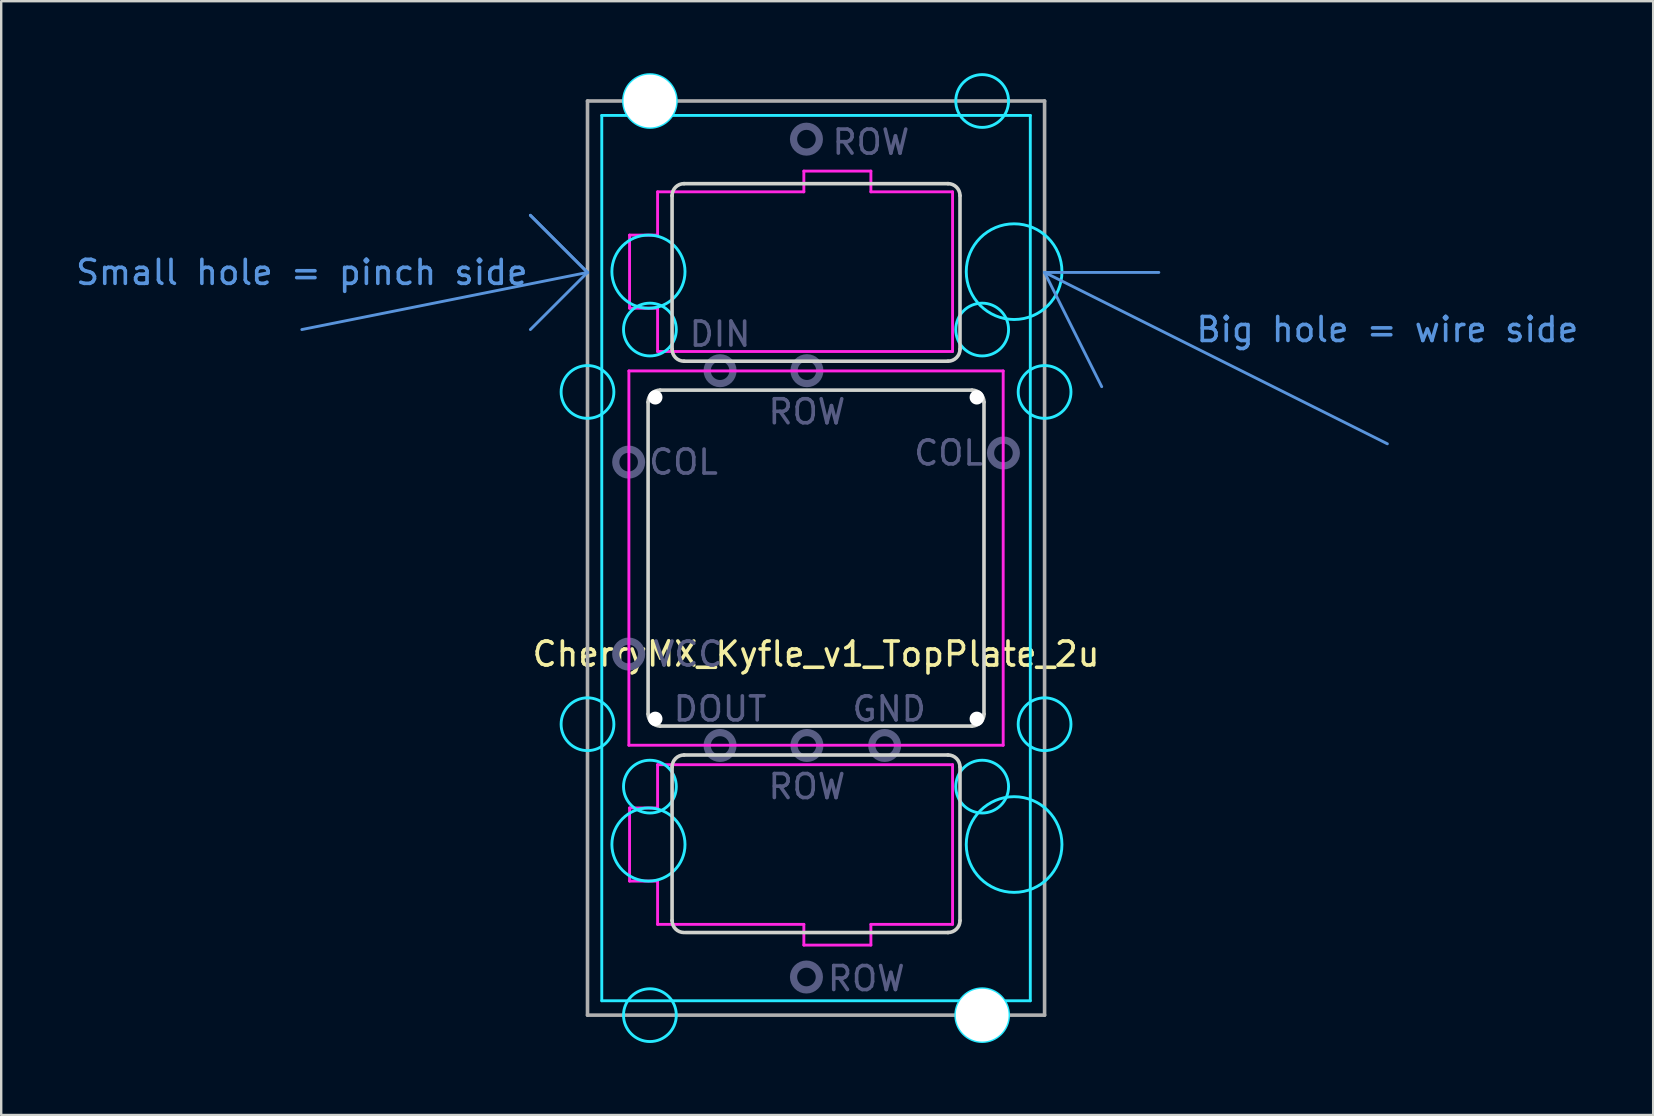
<source format=kicad_pcb>
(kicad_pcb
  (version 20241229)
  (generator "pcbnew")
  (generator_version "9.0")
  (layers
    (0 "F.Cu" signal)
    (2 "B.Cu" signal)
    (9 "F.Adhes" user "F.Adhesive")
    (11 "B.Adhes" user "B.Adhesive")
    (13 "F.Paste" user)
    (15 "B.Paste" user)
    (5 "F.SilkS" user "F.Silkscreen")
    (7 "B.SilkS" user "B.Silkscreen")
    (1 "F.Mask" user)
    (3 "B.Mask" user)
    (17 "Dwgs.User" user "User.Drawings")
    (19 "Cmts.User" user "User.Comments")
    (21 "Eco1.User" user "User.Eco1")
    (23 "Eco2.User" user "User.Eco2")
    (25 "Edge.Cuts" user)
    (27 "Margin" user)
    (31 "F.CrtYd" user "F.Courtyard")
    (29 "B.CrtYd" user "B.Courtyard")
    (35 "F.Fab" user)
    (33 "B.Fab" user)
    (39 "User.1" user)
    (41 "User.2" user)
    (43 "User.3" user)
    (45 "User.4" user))
  (footprint "CherryMX_Kyfle_v1_TopPlate_2u"
    (layer "F.Cu")
    (at 30.961 20.21)
    (property "Reference" "CherryMX_Kyfle_v1_TopPlate_2u" (at 0 4 0) (layer "F.SilkS") (effects (font (size 1 1) (thickness 0.15))))
    (attr through_hole)
    (fp_line (start -21.431 -9.525) (end -9.525 -11.906) (stroke (width 0.12) (type solid)) (layer "Cmts.User"))
    (fp_line (start -11.906 -14.287) (end -9.525 -11.906) (stroke (width 0.12) (type solid)) (layer "Cmts.User"))
    (fp_line (start -9.525 -11.906) (end -11.906 -14.287) (stroke (width 0.12) (type solid)) (layer "Cmts.User"))
    (fp_line (start -9.525 -11.906) (end -11.906 -9.525) (stroke (width 0.12) (type solid)) (layer "Cmts.User"))
    (fp_line (start 9.525 -11.906) (end 11.906 -7.144) (stroke (width 0.12) (type solid)) (layer "Cmts.User"))
    (fp_line (start 9.525 -11.906) (end 14.287 -11.906) (stroke (width 0.12) (type solid)) (layer "Cmts.User"))
    (fp_line (start 9.525 -11.906) (end 23.812 -4.763) (stroke (width 0.12) (type solid)) (layer "Cmts.User"))
    (fp_line (start -8.75 -10.44) (end -8.75 -13.44) (stroke (width 0.12) (type solid)) (layer "Eco1.User"))
    (fp_line (start -8.75 10.44) (end -8.75 13.44) (stroke (width 0.12) (type solid)) (layer "Eco1.User"))
    (fp_line (start -7.5 -13.94) (end -8.25 -13.94) (stroke (width 0.12) (type solid)) (layer "Eco1.User"))
    (fp_line (start -7.5 -9.94) (end -8.25 -9.94) (stroke (width 0.12) (type solid)) (layer "Eco1.User"))
    (fp_line (start -7.5 9.94) (end -8.25 9.94) (stroke (width 0.12) (type solid)) (layer "Eco1.User"))
    (fp_line (start -7.5 13.94) (end -8.25 13.94) (stroke (width 0.12) (type solid)) (layer "Eco1.User"))
    (fp_line (start -7 -16.025) (end -7 -14.44) (stroke (width 0.12) (type solid)) (layer "Eco1.User"))
    (fp_line (start -7 -9.44) (end -7 9.44) (stroke (width 0.12) (type solid)) (layer "Eco1.User"))
    (fp_line (start -7 16.025) (end -7 14.44) (stroke (width 0.12) (type solid)) (layer "Eco1.User"))
    (fp_line (start -6.5 16.525) (end 10.25 16.525) (stroke (width 0.12) (type solid)) (layer "Eco1.User"))
    (fp_line (start 7 6.855) (end 7 -6.855) (stroke (width 0.12) (type solid)) (layer "Eco1.User"))
    (fp_line (start 10.25 -16.525) (end -6.5 -16.525) (stroke (width 0.12) (type solid)) (layer "Eco1.User"))
    (fp_line (start 10.25 -7.355) (end 7.5 -7.355) (stroke (width 0.12) (type solid)) (layer "Eco1.User"))
    (fp_line (start 10.25 7.355) (end 7.5 7.355) (stroke (width 0.12) (type solid)) (layer "Eco1.User"))
    (fp_line (start 10.75 -16.025) (end 10.75 -7.855) (stroke (width 0.12) (type solid)) (layer "Eco1.User"))
    (fp_line (start 10.75 16.025) (end 10.75 7.855) (stroke (width 0.12) (type solid)) (layer "Eco1.User"))
    (fp_arc (start -8.75 -13.44) (mid -8.603553 -13.793553) (end -8.25 -13.94) (stroke (width 0.12) (type solid)) (layer "Eco1.User"))
    (fp_arc (start -8.75 10.44) (mid -8.603553 10.086447) (end -8.25 9.94) (stroke (width 0.12) (type solid)) (layer "Eco1.User"))
    (fp_arc (start -8.25 -9.94) (mid -8.603553 -10.086447) (end -8.75 -10.44) (stroke (width 0.12) (type solid)) (layer "Eco1.User"))
    (fp_arc (start -8.25 13.94) (mid -8.603553 13.793553) (end -8.75 13.44) (stroke (width 0.12) (type solid)) (layer "Eco1.User"))
    (fp_arc (start -7.5 -9.94) (mid -7.146447 -9.793553) (end -7 -9.44) (stroke (width 0.12) (type solid)) (layer "Eco1.User"))
    (fp_arc (start -7.5 13.94) (mid -7.146447 14.086447) (end -7 14.44) (stroke (width 0.12) (type solid)) (layer "Eco1.User"))
    (fp_arc (start -7 -16.025) (mid -6.853553 -16.378553) (end -6.5 -16.525) (stroke (width 0.12) (type solid)) (layer "Eco1.User"))
    (fp_arc (start -7 -14.44) (mid -7.146447 -14.086447) (end -7.5 -13.94) (stroke (width 0.12) (type solid)) (layer "Eco1.User"))
    (fp_arc (start -7 9.44) (mid -7.146447 9.793553) (end -7.5 9.94) (stroke (width 0.12) (type solid)) (layer "Eco1.User"))
    (fp_arc (start -6.5 16.525) (mid -6.853553 16.378553) (end -7 16.025) (stroke (width 0.12) (type solid)) (layer "Eco1.User"))
    (fp_arc (start 7 -6.855) (mid 7.146447 -7.208553) (end 7.5 -7.355) (stroke (width 0.12) (type solid)) (layer "Eco1.User"))
    (fp_arc (start 7.5 7.355) (mid 7.146447 7.208553) (end 7 6.855) (stroke (width 0.12) (type solid)) (layer "Eco1.User"))
    (fp_arc (start 10.25 -16.525) (mid 10.603553 -16.378553) (end 10.75 -16.025) (stroke (width 0.12) (type solid)) (layer "Eco1.User"))
    (fp_arc (start 10.25 7.355) (mid 10.603553 7.501447) (end 10.75 7.855) (stroke (width 0.12) (type solid)) (layer "Eco1.User"))
    (fp_arc (start 10.75 -7.855) (mid 10.603553 -7.501447) (end 10.25 -7.355) (stroke (width 0.12) (type solid)) (layer "Eco1.User"))
    (fp_arc (start 10.75 16.025) (mid 10.603553 16.378553) (end 10.25 16.525) (stroke (width 0.12) (type solid)) (layer "Eco1.User"))
    (fp_line (start -7 -6.5) (end -7 6.5) (stroke (width 0.15) (type solid)) (layer "Edge.Cuts"))
    (fp_line (start -6.5 7) (end 6.5 7) (stroke (width 0.15) (type solid)) (layer "Edge.Cuts"))
    (fp_line (start -6 -15.106) (end -6 -8.706) (stroke (width 0.15) (type solid)) (layer "Edge.Cuts"))
    (fp_line (start -6 8.706) (end -6 15.106) (stroke (width 0.15) (type solid)) (layer "Edge.Cuts"))
    (fp_line (start 5.5 -15.606) (end -5.5 -15.606) (stroke (width 0.15) (type solid)) (layer "Edge.Cuts"))
    (fp_line (start 5.5 -8.206) (end -5.5 -8.206) (stroke (width 0.15) (type solid)) (layer "Edge.Cuts"))
    (fp_line (start 5.5 8.206) (end -5.5 8.206) (stroke (width 0.15) (type solid)) (layer "Edge.Cuts"))
    (fp_line (start 5.5 15.606) (end -5.438 15.606) (stroke (width 0.15) (type solid)) (layer "Edge.Cuts"))
    (fp_line (start 6 -15.106) (end 6 -8.706) (stroke (width 0.15) (type solid)) (layer "Edge.Cuts"))
    (fp_line (start 6 8.706) (end 6 15.106) (stroke (width 0.15) (type solid)) (layer "Edge.Cuts"))
    (fp_line (start 6.5 -7) (end -6.5 -7) (stroke (width 0.15) (type solid)) (layer "Edge.Cuts"))
    (fp_line (start 7 6.5) (end 7 -6.5) (stroke (width 0.15) (type solid)) (layer "Edge.Cuts"))
    (fp_arc (start -7 -6.5) (mid -6.853553 -6.853553) (end -6.5 -7) (stroke (width 0.15) (type solid)) (layer "Edge.Cuts"))
    (fp_arc (start -6.5 7) (mid -6.853553 6.853553) (end -7 6.5) (stroke (width 0.15) (type solid)) (layer "Edge.Cuts"))
    (fp_arc (start -6.000008 -15.10625) (mid -5.853561 -15.459803) (end -5.500008 -15.60625) (stroke (width 0.15) (type solid)) (layer "Edge.Cuts"))
    (fp_arc (start -6.000008 8.70625) (mid -5.853561 8.352697) (end -5.500008 8.20625) (stroke (width 0.15) (type solid)) (layer "Edge.Cuts"))
    (fp_arc (start -5.500008 -8.20625) (mid -5.853561 -8.352697) (end -6.000008 -8.70625) (stroke (width 0.15) (type solid)) (layer "Edge.Cuts"))
    (fp_arc (start -5.500008 15.60625) (mid -5.853561 15.459803) (end -6.000008 15.10625) (stroke (width 0.15) (type solid)) (layer "Edge.Cuts"))
    (fp_arc (start 5.5 -15.60625) (mid 5.853553 -15.459803) (end 6 -15.10625) (stroke (width 0.15) (type solid)) (layer "Edge.Cuts"))
    (fp_arc (start 5.5 8.20625) (mid 5.853553 8.352697) (end 6 8.70625) (stroke (width 0.15) (type solid)) (layer "Edge.Cuts"))
    (fp_arc (start 6 -8.70625) (mid 5.853553 -8.352697) (end 5.5 -8.20625) (stroke (width 0.15) (type solid)) (layer "Edge.Cuts"))
    (fp_arc (start 6 15.10625) (mid 5.853553 15.459803) (end 5.5 15.60625) (stroke (width 0.15) (type solid)) (layer "Edge.Cuts"))
    (fp_arc (start 6.5 -7) (mid 6.853553 -6.853553) (end 7 -6.5) (stroke (width 0.15) (type solid)) (layer "Edge.Cuts"))
    (fp_arc (start 7 6.5) (mid 6.853553 6.853553) (end 6.5 7) (stroke (width 0.15) (type solid)) (layer "Edge.Cuts"))
    (fp_line (start -8.93 -18.45) (end 8.93 -18.45) (stroke (width 0.12) (type solid)) (layer "B.CrtYd"))
    (fp_line (start -8.93 18.45) (end -8.93 -18.45) (stroke (width 0.12) (type solid)) (layer "B.CrtYd"))
    (fp_line (start 8.93 -18.45) (end 8.93 18.45) (stroke (width 0.12) (type solid)) (layer "B.CrtYd"))
    (fp_line (start 8.93 18.45) (end -8.93 18.45) (stroke (width 0.12) (type solid)) (layer "B.CrtYd"))
    (fp_circle (center -9.525 -6.924) (end -8.425 -6.924) (stroke (width 0.12) (type solid)) (fill no) (layer "B.CrtYd"))
    (fp_circle (center -9.525 6.924) (end -8.425 6.924) (stroke (width 0.12) (type solid)) (fill no) (layer "B.CrtYd"))
    (fp_circle (center -6.985 -11.938) (end -5.461 -11.938) (stroke (width 0.12) (type solid)) (fill no) (layer "B.CrtYd"))
    (fp_circle (center -6.985 11.938) (end -5.461 11.938) (stroke (width 0.12) (type solid)) (fill no) (layer "B.CrtYd"))
    (fp_circle (center -6.924 -19.05) (end -5.824 -19.05) (stroke (width 0.12) (type solid)) (fill no) (layer "B.CrtYd"))
    (fp_circle (center -6.924 -9.525) (end -5.824 -9.525) (stroke (width 0.12) (type solid)) (fill no) (layer "B.CrtYd"))
    (fp_circle (center -6.924 9.525) (end -5.824 9.525) (stroke (width 0.12) (type solid)) (fill no) (layer "B.CrtYd"))
    (fp_circle (center -6.924 19.05) (end -5.824 19.05) (stroke (width 0.12) (type solid)) (fill no) (layer "B.CrtYd"))
    (fp_circle (center 6.924 -19.05) (end 8.024 -19.05) (stroke (width 0.12) (type solid)) (fill no) (layer "B.CrtYd"))
    (fp_circle (center 6.924 -9.525) (end 8.024 -9.525) (stroke (width 0.12) (type solid)) (fill no) (layer "B.CrtYd"))
    (fp_circle (center 6.924 9.525) (end 8.024 9.525) (stroke (width 0.12) (type solid)) (fill no) (layer "B.CrtYd"))
    (fp_circle (center 6.924 19.05) (end 8.024 19.05) (stroke (width 0.12) (type solid)) (fill no) (layer "B.CrtYd"))
    (fp_circle (center 8.255 -11.938) (end 10.249 -11.938) (stroke (width 0.12) (type solid)) (fill no) (layer "B.CrtYd"))
    (fp_circle (center 8.255 11.938) (end 10.249 11.938) (stroke (width 0.12) (type solid)) (fill no) (layer "B.CrtYd"))
    (fp_circle (center 9.525 -6.924) (end 10.625 -6.924) (stroke (width 0.12) (type solid)) (fill no) (layer "B.CrtYd"))
    (fp_circle (center 9.525 6.924) (end 10.625 6.924) (stroke (width 0.12) (type solid)) (fill no) (layer "B.CrtYd"))
    (fp_line (start -7.8 -7.8) (end 7.8 -7.8) (stroke (width 0.12) (type solid)) (layer "F.CrtYd"))
    (fp_line (start -7.8 7.8) (end -7.8 -7.8) (stroke (width 0.12) (type solid)) (layer "F.CrtYd"))
    (fp_line (start -7.772 -13.462) (end -6.604 -13.462) (stroke (width 0.12) (type solid)) (layer "F.CrtYd"))
    (fp_line (start -7.772 -10.414) (end -7.772 -13.462) (stroke (width 0.12) (type solid)) (layer "F.CrtYd"))
    (fp_line (start -7.772 -10.414) (end -6.604 -10.414) (stroke (width 0.12) (type solid)) (layer "F.CrtYd"))
    (fp_line (start -7.772 10.414) (end -6.604 10.414) (stroke (width 0.12) (type solid)) (layer "F.CrtYd"))
    (fp_line (start -7.772 13.462) (end -7.772 10.414) (stroke (width 0.12) (type solid)) (layer "F.CrtYd"))
    (fp_line (start -7.772 13.462) (end -6.604 13.462) (stroke (width 0.12) (type solid)) (layer "F.CrtYd"))
    (fp_line (start -6.604 -15.265) (end -6.604 -13.462) (stroke (width 0.12) (type solid)) (layer "F.CrtYd"))
    (fp_line (start -6.604 -15.265) (end -0.508 -15.265) (stroke (width 0.12) (type solid)) (layer "F.CrtYd"))
    (fp_line (start -6.604 -8.611) (end -6.604 -10.414) (stroke (width 0.12) (type solid)) (layer "F.CrtYd"))
    (fp_line (start -6.604 -8.611) (end 5.69 -8.611) (stroke (width 0.12) (type solid)) (layer "F.CrtYd"))
    (fp_line (start -6.604 8.611) (end -6.604 10.414) (stroke (width 0.12) (type solid)) (layer "F.CrtYd"))
    (fp_line (start -6.604 8.611) (end 5.69 8.611) (stroke (width 0.12) (type solid)) (layer "F.CrtYd"))
    (fp_line (start -6.604 15.265) (end -6.604 13.462) (stroke (width 0.12) (type solid)) (layer "F.CrtYd"))
    (fp_line (start -6.604 15.265) (end -0.508 15.265) (stroke (width 0.12) (type solid)) (layer "F.CrtYd"))
    (fp_line (start -0.508 -16.129) (end 2.286 -16.129) (stroke (width 0.12) (type solid)) (layer "F.CrtYd"))
    (fp_line (start -0.508 -15.265) (end -0.508 -16.129) (stroke (width 0.12) (type solid)) (layer "F.CrtYd"))
    (fp_line (start -0.508 15.265) (end -0.508 16.129) (stroke (width 0.12) (type solid)) (layer "F.CrtYd"))
    (fp_line (start 2.286 -15.265) (end 2.286 -16.129) (stroke (width 0.12) (type solid)) (layer "F.CrtYd"))
    (fp_line (start 2.286 -15.265) (end 5.69 -15.265) (stroke (width 0.12) (type solid)) (layer "F.CrtYd"))
    (fp_line (start 2.286 15.265) (end 2.286 16.129) (stroke (width 0.12) (type solid)) (layer "F.CrtYd"))
    (fp_line (start 2.286 15.265) (end 5.69 15.265) (stroke (width 0.12) (type solid)) (layer "F.CrtYd"))
    (fp_line (start 2.286 16.129) (end -0.508 16.129) (stroke (width 0.12) (type solid)) (layer "F.CrtYd"))
    (fp_line (start 5.69 -8.611) (end 5.69 -15.265) (stroke (width 0.12) (type solid)) (layer "F.CrtYd"))
    (fp_line (start 5.69 15.265) (end 5.69 8.611) (stroke (width 0.12) (type solid)) (layer "F.CrtYd"))
    (fp_line (start 7.8 -7.8) (end 7.8 7.8) (stroke (width 0.12) (type solid)) (layer "F.CrtYd"))
    (fp_line (start 7.8 7.8) (end -7.8 7.8) (stroke (width 0.12) (type solid)) (layer "F.CrtYd"))
    (fp_circle (center -7.81 -4) (end -7.272 -4) (stroke (width 0.3) (type solid)) (fill no) (layer "B.Fab"))
    (fp_circle (center -7.81 4) (end -7.272 4) (stroke (width 0.3) (type solid)) (fill no) (layer "B.Fab"))
    (fp_circle (center -4 -7.81) (end -3.462 -7.81) (stroke (width 0.3) (type solid)) (fill no) (layer "B.Fab"))
    (fp_circle (center -4 7.81) (end -3.462 7.81) (stroke (width 0.3) (type solid)) (fill no) (layer "B.Fab"))
    (fp_circle (center -0.4 -17.46) (end 0.138 -17.46) (stroke (width 0.3) (type solid)) (fill no) (layer "B.Fab"))
    (fp_circle (center -0.4 17.46) (end 0.138 17.46) (stroke (width 0.3) (type solid)) (fill no) (layer "B.Fab"))
    (fp_circle (center -0.38 -7.81) (end 0.158 -7.81) (stroke (width 0.3) (type solid)) (fill no) (layer "B.Fab"))
    (fp_circle (center -0.38 7.81) (end 0.158 7.81) (stroke (width 0.3) (type solid)) (fill no) (layer "B.Fab"))
    (fp_circle (center 2.86 7.81) (end 3.397 7.81) (stroke (width 0.3) (type solid)) (fill no) (layer "B.Fab"))
    (fp_circle (center 7.81 -4.38) (end 8.348 -4.38) (stroke (width 0.3) (type solid)) (fill no) (layer "B.Fab"))
    (fp_line (start -9.525 -19.05) (end -9.525 19.05) (stroke (width 0.15) (type solid)) (layer "F.Fab"))
    (fp_line (start -9.525 19.05) (end 9.525 19.05) (stroke (width 0.15) (type solid)) (layer "F.Fab"))
    (fp_line (start 9.525 -19.05) (end -9.525 -19.05) (stroke (width 0.15) (type solid)) (layer "F.Fab"))
    (fp_line (start 9.525 19.05) (end 9.525 -19.05) (stroke (width 0.15) (type solid)) (layer "F.Fab"))
    (fp_text user "Big hole = wire side" (at 23.812 -9.525 0) (layer "Cmts.User") (effects (font (size 1 1) (thickness 0.15))))
    (fp_text user "Small hole = pinch side" (at -21.431 -11.906 0) (layer "Cmts.User") (effects (font (size 1 1) (thickness 0.15))))
    (fp_text user "COL" (at -5.524 -4 0) (layer "B.Fab") (effects (font (size 1 1) (thickness 0.15))))
    (fp_text user "ROW" (at 2.095 17.526 0) (layer "B.Fab") (effects (font (size 1 1) (thickness 0.15))))
    (fp_text user "VCC" (at -5.334 4 0) (layer "B.Fab") (effects (font (size 1 1) (thickness 0.15))))
    (fp_text user "GND" (at 3.048 6.287 0) (layer "B.Fab") (effects (font (size 1 1) (thickness 0.15))))
    (fp_text user "ROW" (at -0.381 9.525 0) (layer "B.Fab") (effects (font (size 1 1) (thickness 0.15))))
    (fp_text user "COL" (at 5.524 -4.381 0) (layer "B.Fab") (effects (font (size 1 1) (thickness 0.15))))
    (fp_text user "ROW" (at -0.381 -6.096 0) (layer "B.Fab") (effects (font (size 1 1) (thickness 0.15))))
    (fp_text user "ROW" (at 2.286 -17.335 0) (layer "B.Fab") (effects (font (size 1 1) (thickness 0.15))))
    (fp_text user "DOUT" (at -4 6.287 0) (layer "B.Fab") (effects (font (size 1 1) (thickness 0.15))))
    (fp_text user "DIN" (at -4 -9.335 0) (layer "B.Fab") (effects (font (size 1 1) (thickness 0.15))))
    (pad "" np_thru_hole circle (at -6.924 -19.05) (size 2.2 2.2) (drill 2.2) (layers "*.Cu" "*.Mask"))
    (pad "" np_thru_hole circle (at -6.7 -6.7) (size 0.6 0.6) (drill 0.6) (layers "*.Cu" "*.Mask"))
    (pad "" np_thru_hole circle (at -6.7 6.7) (size 0.6 0.6) (drill 0.6) (layers "*.Cu" "*.Mask"))
    (pad "" np_thru_hole circle (at 6.7 -6.7) (size 0.6 0.6) (drill 0.6) (layers "*.Cu" "*.Mask"))
    (pad "" np_thru_hole circle (at 6.7 6.7) (size 0.6 0.6) (drill 0.6) (layers "*.Cu" "*.Mask"))
    (pad "" np_thru_hole circle (at 6.924 19.05) (size 2.2 2.2) (drill 2.2) (layers "*.Cu" "*.Mask")))
  (gr_rect
    (start -3 -3)
    (end 65.851 43.42)
    (stroke (width 0.1) (type default))
    (fill no)
    (layer "Edge.Cuts")))
</source>
